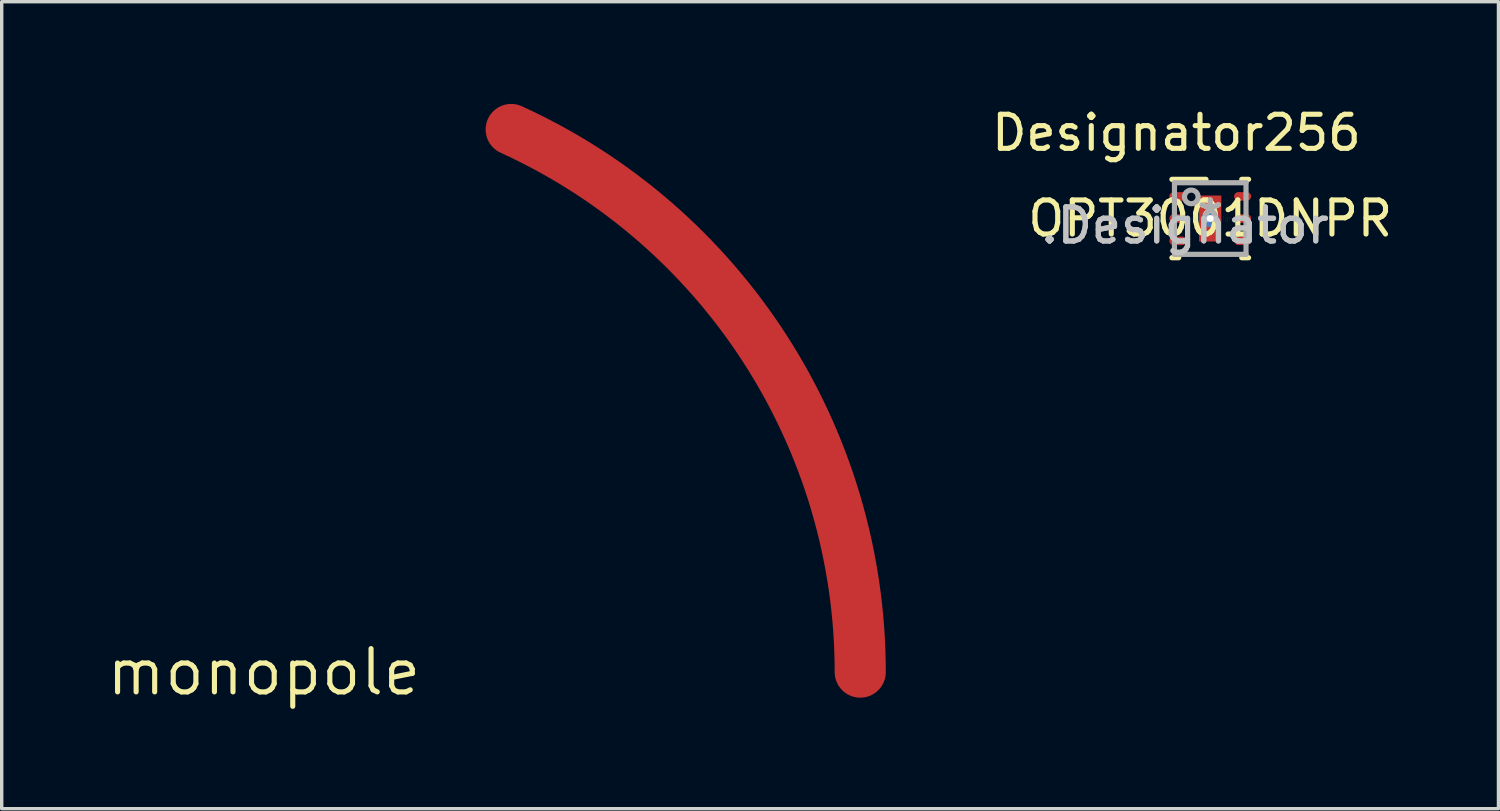
<source format=kicad_pcb>
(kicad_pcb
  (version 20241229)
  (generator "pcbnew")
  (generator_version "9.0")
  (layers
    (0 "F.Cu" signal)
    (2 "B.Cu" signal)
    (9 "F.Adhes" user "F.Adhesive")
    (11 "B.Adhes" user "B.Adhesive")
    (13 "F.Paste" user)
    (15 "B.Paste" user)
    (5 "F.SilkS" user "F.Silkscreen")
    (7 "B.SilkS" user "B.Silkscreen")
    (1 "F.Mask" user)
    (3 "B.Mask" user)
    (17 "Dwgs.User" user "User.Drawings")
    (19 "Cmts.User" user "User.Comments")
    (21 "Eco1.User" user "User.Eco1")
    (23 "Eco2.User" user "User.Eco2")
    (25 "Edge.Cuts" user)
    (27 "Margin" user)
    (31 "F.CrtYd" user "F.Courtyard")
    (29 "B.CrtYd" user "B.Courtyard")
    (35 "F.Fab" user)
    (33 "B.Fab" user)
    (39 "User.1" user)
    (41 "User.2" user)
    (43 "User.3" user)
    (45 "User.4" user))
  (footprint "monopole"
    (layer "F.Cu")
    (at 4.694 16.674)
    (property "Reference" "monopole" (at 0 0 0) (layer "F.SilkS") (effects (font (size 1.27 1.27) (thickness 0.15))))
    (attr through_hole)
    (fp_arc (start 7.257132 -15.924322) (mid 14.718183 -9.467053) (end 17.5 0) (stroke (width 1.5) (type solid)) (layer "F.Cu")))
  (footprint "OPT3001DNPR"
    (layer "F.Cu")
    (at 32.465 3.363)
    (property "Reference" "OPT3001DNPR" (at 0 0 0) (layer "F.SilkS") (effects (font (size 1 1) (thickness 0.15))))
    (attr through_hole)
    (fp_line (start -1.125 -1.15) (end -0.125 -1.15) (stroke (width 0.152) (type solid)) (layer "F.SilkS"))
    (fp_line (start -1.125 1.15) (end -0.925 1.15) (stroke (width 0.152) (type solid)) (layer "F.SilkS"))
    (fp_line (start 0.925 -1.15) (end 1.125 -1.15) (stroke (width 0.152) (type solid)) (layer "F.SilkS"))
    (fp_line (start 0.925 1.15) (end 1.125 1.15) (stroke (width 0.152) (type solid)) (layer "F.SilkS"))
    (fp_line (start -0.31 -0.625) (end -0.31 0.625) (stroke (width 0.152) (type solid)) (layer "F.Paste"))
    (fp_line (start -0.31 0.625) (end 0.31 0.625) (stroke (width 0.152) (type solid)) (layer "F.Paste"))
    (fp_line (start 0.31 -0.625) (end -0.31 -0.625) (stroke (width 0.152) (type solid)) (layer "F.Paste"))
    (fp_line (start 0.31 0.625) (end 0.31 -0.625) (stroke (width 0.152) (type solid)) (layer "F.Paste"))
    (fp_line (start -1.05 -1.05) (end 1.05 -1.05) (stroke (width 0.152) (type solid)) (layer "F.Fab"))
    (fp_line (start -1.05 1.05) (end -1.05 -1.05) (stroke (width 0.152) (type solid)) (layer "F.Fab"))
    (fp_line (start -1.05 1.05) (end 1.05 1.05) (stroke (width 0.152) (type solid)) (layer "F.Fab"))
    (fp_line (start 1.05 1.05) (end 1.05 -1.05) (stroke (width 0.152) (type solid)) (layer "F.Fab"))
    (fp_circle (center -0.556 -0.635) (end -0.356 -0.635) (stroke (width 0.152) (type solid)) (fill no) (layer "F.Fab"))
    (fp_text user "*" (at 0 0 0) (layer "F.SilkS") (effects (font (size 1 1) (thickness 0.15))))
    (fp_text user "Designator256" (at -0.991 -2.515 0) (layer "F.SilkS") (effects (font (size 1 1) (thickness 0.15))))
    (fp_text user ".Designator" (at -0.737 0.203 0) (layer "Dwgs.User") (effects (font (size 1 1) (thickness 0.15))))
    (fp_text user "Copyright 2016 Accelerated Designs. All rights reserved." (at 0 0 0) (layer "Cmts.User") (effects (font (size 0.127 0.127) (thickness 0.002))))
    (fp_text user "*" (at 0 0 0) (layer "F.Fab") (effects (font (size 1 1) (thickness 0.15))))
    (fp_text user ".Designator" (at -0.737 0.203 0) (layer "F.Fab") (effects (font (size 1 1) (thickness 0.15))))
    (pad "1" smd oval (at -0.95 -0.65 90) (size 0.25 0.5) (layers "F.Cu" "F.Mask" "F.Paste"))
    (pad "2" smd oval (at -0.95 0 90) (size 0.25 0.5) (layers "F.Cu" "F.Mask" "F.Paste"))
    (pad "3" smd oval (at -0.95 0.655 90) (size 0.25 0.5) (layers "F.Cu" "F.Mask" "F.Paste"))
    (pad "4" smd oval (at 0.95 0.65 90) (size 0.25 0.5) (layers "F.Cu" "F.Mask" "F.Paste"))
    (pad "5" smd oval (at 0.95 0 90) (size 0.25 0.5) (layers "F.Cu" "F.Mask" "F.Paste"))
    (pad "6" smd oval (at 0.95 -0.65 90) (size 0.25 0.5) (layers "F.Cu" "F.Mask" "F.Paste"))
    (pad "7" smd rect (at 0 0) (size 0.65 1.35) (layers "F.Cu" "F.Mask" "F.Paste"))
    (pad "V" thru_hole circle (at 0 0) (size 0.5 0.5) (drill 0.203) (layers "*.Cu" "*.Mask")))
  (gr_rect
    (start -3 -3)
    (end 40.923 20.681)
    (stroke (width 0.1) (type default))
    (fill no)
    (layer "Edge.Cuts")))
</source>
